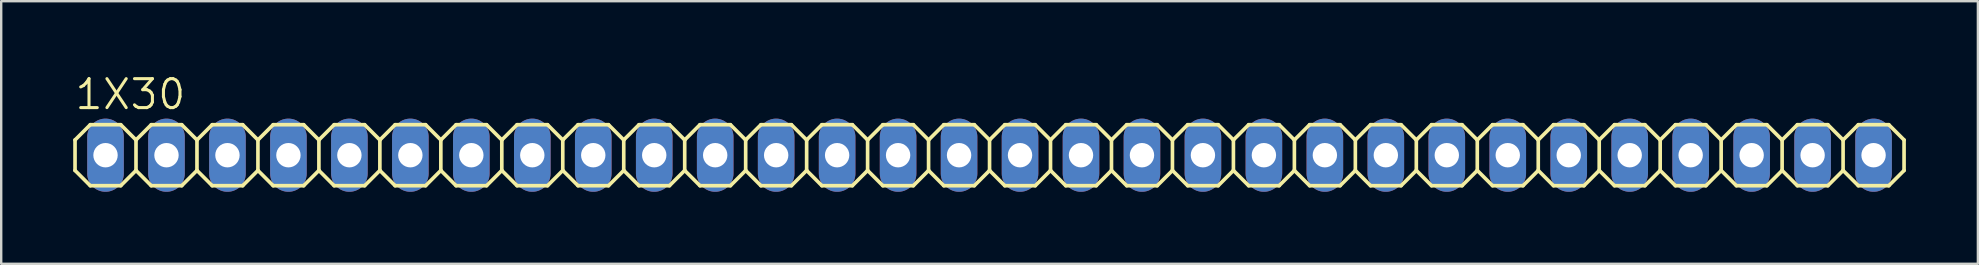
<source format=kicad_pcb>
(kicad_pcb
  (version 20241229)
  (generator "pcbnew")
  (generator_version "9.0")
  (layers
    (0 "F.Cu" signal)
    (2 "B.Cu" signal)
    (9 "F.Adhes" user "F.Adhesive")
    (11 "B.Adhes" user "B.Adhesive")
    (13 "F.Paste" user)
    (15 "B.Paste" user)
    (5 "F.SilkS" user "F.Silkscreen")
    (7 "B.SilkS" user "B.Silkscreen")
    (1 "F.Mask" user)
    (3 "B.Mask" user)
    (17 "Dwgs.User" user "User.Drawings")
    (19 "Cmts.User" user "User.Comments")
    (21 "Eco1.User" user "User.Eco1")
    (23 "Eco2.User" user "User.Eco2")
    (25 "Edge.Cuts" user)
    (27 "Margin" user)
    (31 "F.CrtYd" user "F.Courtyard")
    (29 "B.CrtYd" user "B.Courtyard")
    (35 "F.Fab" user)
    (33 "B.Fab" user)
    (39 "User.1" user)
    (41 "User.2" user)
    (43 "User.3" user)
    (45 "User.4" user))
  (footprint "1X30"
    (layer "F.Cu")
    (at 38.176 3.416)
    (property "Reference" "1X30" (at -38.176 -1.829 0) (layer "F.SilkS") (effects (font (size 1.206 1.206) (thickness 0.127)) (justify left bottom)))
    (attr through_hole)
    (fp_line (start -38.1 -0.635) (end -38.1 0.635) (stroke (width 0.152) (type solid)) (layer "F.SilkS"))
    (fp_line (start -38.1 0.635) (end -37.465 1.27) (stroke (width 0.152) (type solid)) (layer "F.SilkS"))
    (fp_line (start -37.465 -1.27) (end -38.1 -0.635) (stroke (width 0.152) (type solid)) (layer "F.SilkS"))
    (fp_line (start -37.465 -1.27) (end -36.195 -1.27) (stroke (width 0.152) (type solid)) (layer "F.SilkS"))
    (fp_line (start -36.195 -1.27) (end -35.56 -0.635) (stroke (width 0.152) (type solid)) (layer "F.SilkS"))
    (fp_line (start -36.195 1.27) (end -37.465 1.27) (stroke (width 0.152) (type solid)) (layer "F.SilkS"))
    (fp_line (start -35.56 -0.635) (end -35.56 0.635) (stroke (width 0.152) (type solid)) (layer "F.SilkS"))
    (fp_line (start -35.56 -0.635) (end -34.925 -1.27) (stroke (width 0.152) (type solid)) (layer "F.SilkS"))
    (fp_line (start -35.56 0.635) (end -36.195 1.27) (stroke (width 0.152) (type solid)) (layer "F.SilkS"))
    (fp_line (start -34.925 -1.27) (end -33.655 -1.27) (stroke (width 0.152) (type solid)) (layer "F.SilkS"))
    (fp_line (start -34.925 1.27) (end -35.56 0.635) (stroke (width 0.152) (type solid)) (layer "F.SilkS"))
    (fp_line (start -33.655 -1.27) (end -33.02 -0.635) (stroke (width 0.152) (type solid)) (layer "F.SilkS"))
    (fp_line (start -33.655 1.27) (end -34.925 1.27) (stroke (width 0.152) (type solid)) (layer "F.SilkS"))
    (fp_line (start -33.02 -0.635) (end -33.02 0.635) (stroke (width 0.152) (type solid)) (layer "F.SilkS"))
    (fp_line (start -33.02 -0.635) (end -32.385 -1.27) (stroke (width 0.152) (type solid)) (layer "F.SilkS"))
    (fp_line (start -33.02 0.635) (end -33.655 1.27) (stroke (width 0.152) (type solid)) (layer "F.SilkS"))
    (fp_line (start -32.385 -1.27) (end -31.115 -1.27) (stroke (width 0.152) (type solid)) (layer "F.SilkS"))
    (fp_line (start -32.385 1.27) (end -33.02 0.635) (stroke (width 0.152) (type solid)) (layer "F.SilkS"))
    (fp_line (start -31.115 -1.27) (end -30.48 -0.635) (stroke (width 0.152) (type solid)) (layer "F.SilkS"))
    (fp_line (start -31.115 1.27) (end -32.385 1.27) (stroke (width 0.152) (type solid)) (layer "F.SilkS"))
    (fp_line (start -30.48 -0.635) (end -30.48 0.635) (stroke (width 0.152) (type solid)) (layer "F.SilkS"))
    (fp_line (start -30.48 0.635) (end -31.115 1.27) (stroke (width 0.152) (type solid)) (layer "F.SilkS"))
    (fp_line (start -30.48 0.635) (end -29.845 1.27) (stroke (width 0.152) (type solid)) (layer "F.SilkS"))
    (fp_line (start -29.845 -1.27) (end -30.48 -0.635) (stroke (width 0.152) (type solid)) (layer "F.SilkS"))
    (fp_line (start -29.845 -1.27) (end -28.575 -1.27) (stroke (width 0.152) (type solid)) (layer "F.SilkS"))
    (fp_line (start -28.575 -1.27) (end -27.94 -0.635) (stroke (width 0.152) (type solid)) (layer "F.SilkS"))
    (fp_line (start -28.575 1.27) (end -29.845 1.27) (stroke (width 0.152) (type solid)) (layer "F.SilkS"))
    (fp_line (start -27.94 -0.635) (end -27.94 0.635) (stroke (width 0.152) (type solid)) (layer "F.SilkS"))
    (fp_line (start -27.94 -0.635) (end -27.305 -1.27) (stroke (width 0.152) (type solid)) (layer "F.SilkS"))
    (fp_line (start -27.94 0.635) (end -28.575 1.27) (stroke (width 0.152) (type solid)) (layer "F.SilkS"))
    (fp_line (start -27.305 -1.27) (end -26.035 -1.27) (stroke (width 0.152) (type solid)) (layer "F.SilkS"))
    (fp_line (start -27.305 1.27) (end -27.94 0.635) (stroke (width 0.152) (type solid)) (layer "F.SilkS"))
    (fp_line (start -26.035 -1.27) (end -25.4 -0.635) (stroke (width 0.152) (type solid)) (layer "F.SilkS"))
    (fp_line (start -26.035 1.27) (end -27.305 1.27) (stroke (width 0.152) (type solid)) (layer "F.SilkS"))
    (fp_line (start -25.4 -0.635) (end -25.4 0.635) (stroke (width 0.152) (type solid)) (layer "F.SilkS"))
    (fp_line (start -25.4 -0.635) (end -24.765 -1.27) (stroke (width 0.152) (type solid)) (layer "F.SilkS"))
    (fp_line (start -25.4 0.635) (end -26.035 1.27) (stroke (width 0.152) (type solid)) (layer "F.SilkS"))
    (fp_line (start -24.765 -1.27) (end -23.495 -1.27) (stroke (width 0.152) (type solid)) (layer "F.SilkS"))
    (fp_line (start -24.765 1.27) (end -25.4 0.635) (stroke (width 0.152) (type solid)) (layer "F.SilkS"))
    (fp_line (start -23.495 -1.27) (end -22.86 -0.635) (stroke (width 0.152) (type solid)) (layer "F.SilkS"))
    (fp_line (start -23.495 1.27) (end -24.765 1.27) (stroke (width 0.152) (type solid)) (layer "F.SilkS"))
    (fp_line (start -22.86 -0.635) (end -22.86 0.635) (stroke (width 0.152) (type solid)) (layer "F.SilkS"))
    (fp_line (start -22.86 0.635) (end -23.495 1.27) (stroke (width 0.152) (type solid)) (layer "F.SilkS"))
    (fp_line (start -22.86 0.635) (end -22.225 1.27) (stroke (width 0.152) (type solid)) (layer "F.SilkS"))
    (fp_line (start -22.225 -1.27) (end -22.86 -0.635) (stroke (width 0.152) (type solid)) (layer "F.SilkS"))
    (fp_line (start -22.225 -1.27) (end -20.955 -1.27) (stroke (width 0.152) (type solid)) (layer "F.SilkS"))
    (fp_line (start -20.955 -1.27) (end -20.32 -0.635) (stroke (width 0.152) (type solid)) (layer "F.SilkS"))
    (fp_line (start -20.955 1.27) (end -22.225 1.27) (stroke (width 0.152) (type solid)) (layer "F.SilkS"))
    (fp_line (start -20.32 -0.635) (end -20.32 0.635) (stroke (width 0.152) (type solid)) (layer "F.SilkS"))
    (fp_line (start -20.32 -0.635) (end -19.685 -1.27) (stroke (width 0.152) (type solid)) (layer "F.SilkS"))
    (fp_line (start -20.32 0.635) (end -20.955 1.27) (stroke (width 0.152) (type solid)) (layer "F.SilkS"))
    (fp_line (start -19.685 -1.27) (end -18.415 -1.27) (stroke (width 0.152) (type solid)) (layer "F.SilkS"))
    (fp_line (start -19.685 1.27) (end -20.32 0.635) (stroke (width 0.152) (type solid)) (layer "F.SilkS"))
    (fp_line (start -18.415 -1.27) (end -17.78 -0.635) (stroke (width 0.152) (type solid)) (layer "F.SilkS"))
    (fp_line (start -18.415 1.27) (end -19.685 1.27) (stroke (width 0.152) (type solid)) (layer "F.SilkS"))
    (fp_line (start -17.78 -0.635) (end -17.78 0.635) (stroke (width 0.152) (type solid)) (layer "F.SilkS"))
    (fp_line (start -17.78 -0.635) (end -17.145 -1.27) (stroke (width 0.152) (type solid)) (layer "F.SilkS"))
    (fp_line (start -17.78 0.635) (end -18.415 1.27) (stroke (width 0.152) (type solid)) (layer "F.SilkS"))
    (fp_line (start -17.145 -1.27) (end -15.875 -1.27) (stroke (width 0.152) (type solid)) (layer "F.SilkS"))
    (fp_line (start -17.145 1.27) (end -17.78 0.635) (stroke (width 0.152) (type solid)) (layer "F.SilkS"))
    (fp_line (start -15.875 -1.27) (end -15.24 -0.635) (stroke (width 0.152) (type solid)) (layer "F.SilkS"))
    (fp_line (start -15.875 1.27) (end -17.145 1.27) (stroke (width 0.152) (type solid)) (layer "F.SilkS"))
    (fp_line (start -15.24 -0.635) (end -15.24 0.635) (stroke (width 0.152) (type solid)) (layer "F.SilkS"))
    (fp_line (start -15.24 0.635) (end -15.875 1.27) (stroke (width 0.152) (type solid)) (layer "F.SilkS"))
    (fp_line (start -15.24 0.635) (end -14.605 1.27) (stroke (width 0.152) (type solid)) (layer "F.SilkS"))
    (fp_line (start -14.605 -1.27) (end -15.24 -0.635) (stroke (width 0.152) (type solid)) (layer "F.SilkS"))
    (fp_line (start -14.605 -1.27) (end -13.335 -1.27) (stroke (width 0.152) (type solid)) (layer "F.SilkS"))
    (fp_line (start -13.335 -1.27) (end -12.7 -0.635) (stroke (width 0.152) (type solid)) (layer "F.SilkS"))
    (fp_line (start -13.335 1.27) (end -14.605 1.27) (stroke (width 0.152) (type solid)) (layer "F.SilkS"))
    (fp_line (start -12.7 -0.635) (end -12.7 0.635) (stroke (width 0.152) (type solid)) (layer "F.SilkS"))
    (fp_line (start -12.7 -0.635) (end -12.065 -1.27) (stroke (width 0.152) (type solid)) (layer "F.SilkS"))
    (fp_line (start -12.7 0.635) (end -13.335 1.27) (stroke (width 0.152) (type solid)) (layer "F.SilkS"))
    (fp_line (start -12.065 -1.27) (end -10.795 -1.27) (stroke (width 0.152) (type solid)) (layer "F.SilkS"))
    (fp_line (start -12.065 1.27) (end -12.7 0.635) (stroke (width 0.152) (type solid)) (layer "F.SilkS"))
    (fp_line (start -10.795 -1.27) (end -10.16 -0.635) (stroke (width 0.152) (type solid)) (layer "F.SilkS"))
    (fp_line (start -10.795 1.27) (end -12.065 1.27) (stroke (width 0.152) (type solid)) (layer "F.SilkS"))
    (fp_line (start -10.16 -0.635) (end -10.16 0.635) (stroke (width 0.152) (type solid)) (layer "F.SilkS"))
    (fp_line (start -10.16 -0.635) (end -9.525 -1.27) (stroke (width 0.152) (type solid)) (layer "F.SilkS"))
    (fp_line (start -10.16 0.635) (end -10.795 1.27) (stroke (width 0.152) (type solid)) (layer "F.SilkS"))
    (fp_line (start -9.525 -1.27) (end -8.255 -1.27) (stroke (width 0.152) (type solid)) (layer "F.SilkS"))
    (fp_line (start -9.525 1.27) (end -10.16 0.635) (stroke (width 0.152) (type solid)) (layer "F.SilkS"))
    (fp_line (start -8.255 -1.27) (end -7.62 -0.635) (stroke (width 0.152) (type solid)) (layer "F.SilkS"))
    (fp_line (start -8.255 1.27) (end -9.525 1.27) (stroke (width 0.152) (type solid)) (layer "F.SilkS"))
    (fp_line (start -7.62 -0.635) (end -7.62 0.635) (stroke (width 0.152) (type solid)) (layer "F.SilkS"))
    (fp_line (start -7.62 0.635) (end -8.255 1.27) (stroke (width 0.152) (type solid)) (layer "F.SilkS"))
    (fp_line (start -7.62 0.635) (end -6.985 1.27) (stroke (width 0.152) (type solid)) (layer "F.SilkS"))
    (fp_line (start -6.985 -1.27) (end -7.62 -0.635) (stroke (width 0.152) (type solid)) (layer "F.SilkS"))
    (fp_line (start -6.985 -1.27) (end -5.715 -1.27) (stroke (width 0.152) (type solid)) (layer "F.SilkS"))
    (fp_line (start -5.715 -1.27) (end -5.08 -0.635) (stroke (width 0.152) (type solid)) (layer "F.SilkS"))
    (fp_line (start -5.715 1.27) (end -6.985 1.27) (stroke (width 0.152) (type solid)) (layer "F.SilkS"))
    (fp_line (start -5.08 -0.635) (end -5.08 0.635) (stroke (width 0.152) (type solid)) (layer "F.SilkS"))
    (fp_line (start -5.08 -0.635) (end -4.445 -1.27) (stroke (width 0.152) (type solid)) (layer "F.SilkS"))
    (fp_line (start -5.08 0.635) (end -5.715 1.27) (stroke (width 0.152) (type solid)) (layer "F.SilkS"))
    (fp_line (start -4.445 -1.27) (end -3.175 -1.27) (stroke (width 0.152) (type solid)) (layer "F.SilkS"))
    (fp_line (start -4.445 1.27) (end -5.08 0.635) (stroke (width 0.152) (type solid)) (layer "F.SilkS"))
    (fp_line (start -3.175 -1.27) (end -2.54 -0.635) (stroke (width 0.152) (type solid)) (layer "F.SilkS"))
    (fp_line (start -3.175 1.27) (end -4.445 1.27) (stroke (width 0.152) (type solid)) (layer "F.SilkS"))
    (fp_line (start -2.54 -0.635) (end -2.54 0.635) (stroke (width 0.152) (type solid)) (layer "F.SilkS"))
    (fp_line (start -2.54 -0.635) (end -1.905 -1.27) (stroke (width 0.152) (type solid)) (layer "F.SilkS"))
    (fp_line (start -2.54 0.635) (end -3.175 1.27) (stroke (width 0.152) (type solid)) (layer "F.SilkS"))
    (fp_line (start -1.905 -1.27) (end -0.635 -1.27) (stroke (width 0.152) (type solid)) (layer "F.SilkS"))
    (fp_line (start -1.905 1.27) (end -2.54 0.635) (stroke (width 0.152) (type solid)) (layer "F.SilkS"))
    (fp_line (start -0.635 -1.27) (end 0 -0.635) (stroke (width 0.152) (type solid)) (layer "F.SilkS"))
    (fp_line (start -0.635 1.27) (end -1.905 1.27) (stroke (width 0.152) (type solid)) (layer "F.SilkS"))
    (fp_line (start 0 -0.635) (end 0 0.635) (stroke (width 0.152) (type solid)) (layer "F.SilkS"))
    (fp_line (start 0 0.635) (end -0.635 1.27) (stroke (width 0.152) (type solid)) (layer "F.SilkS"))
    (fp_line (start 0 0.635) (end 0.635 1.27) (stroke (width 0.152) (type solid)) (layer "F.SilkS"))
    (fp_line (start 0.635 -1.27) (end 0 -0.635) (stroke (width 0.152) (type solid)) (layer "F.SilkS"))
    (fp_line (start 0.635 -1.27) (end 1.905 -1.27) (stroke (width 0.152) (type solid)) (layer "F.SilkS"))
    (fp_line (start 1.905 -1.27) (end 2.54 -0.635) (stroke (width 0.152) (type solid)) (layer "F.SilkS"))
    (fp_line (start 1.905 1.27) (end 0.635 1.27) (stroke (width 0.152) (type solid)) (layer "F.SilkS"))
    (fp_line (start 2.54 -0.635) (end 2.54 0.635) (stroke (width 0.152) (type solid)) (layer "F.SilkS"))
    (fp_line (start 2.54 -0.635) (end 3.175 -1.27) (stroke (width 0.152) (type solid)) (layer "F.SilkS"))
    (fp_line (start 2.54 0.635) (end 1.905 1.27) (stroke (width 0.152) (type solid)) (layer "F.SilkS"))
    (fp_line (start 3.175 -1.27) (end 4.445 -1.27) (stroke (width 0.152) (type solid)) (layer "F.SilkS"))
    (fp_line (start 3.175 1.27) (end 2.54 0.635) (stroke (width 0.152) (type solid)) (layer "F.SilkS"))
    (fp_line (start 4.445 -1.27) (end 5.08 -0.635) (stroke (width 0.152) (type solid)) (layer "F.SilkS"))
    (fp_line (start 4.445 1.27) (end 3.175 1.27) (stroke (width 0.152) (type solid)) (layer "F.SilkS"))
    (fp_line (start 5.08 -0.635) (end 5.08 0.635) (stroke (width 0.152) (type solid)) (layer "F.SilkS"))
    (fp_line (start 5.08 -0.635) (end 5.715 -1.27) (stroke (width 0.152) (type solid)) (layer "F.SilkS"))
    (fp_line (start 5.08 0.635) (end 4.445 1.27) (stroke (width 0.152) (type solid)) (layer "F.SilkS"))
    (fp_line (start 5.715 -1.27) (end 6.985 -1.27) (stroke (width 0.152) (type solid)) (layer "F.SilkS"))
    (fp_line (start 5.715 1.27) (end 5.08 0.635) (stroke (width 0.152) (type solid)) (layer "F.SilkS"))
    (fp_line (start 6.985 -1.27) (end 7.62 -0.635) (stroke (width 0.152) (type solid)) (layer "F.SilkS"))
    (fp_line (start 6.985 1.27) (end 5.715 1.27) (stroke (width 0.152) (type solid)) (layer "F.SilkS"))
    (fp_line (start 7.62 -0.635) (end 7.62 0.635) (stroke (width 0.152) (type solid)) (layer "F.SilkS"))
    (fp_line (start 7.62 0.635) (end 6.985 1.27) (stroke (width 0.152) (type solid)) (layer "F.SilkS"))
    (fp_line (start 7.62 0.635) (end 8.255 1.27) (stroke (width 0.152) (type solid)) (layer "F.SilkS"))
    (fp_line (start 8.255 -1.27) (end 7.62 -0.635) (stroke (width 0.152) (type solid)) (layer "F.SilkS"))
    (fp_line (start 8.255 -1.27) (end 9.525 -1.27) (stroke (width 0.152) (type solid)) (layer "F.SilkS"))
    (fp_line (start 9.525 -1.27) (end 10.16 -0.635) (stroke (width 0.152) (type solid)) (layer "F.SilkS"))
    (fp_line (start 9.525 1.27) (end 8.255 1.27) (stroke (width 0.152) (type solid)) (layer "F.SilkS"))
    (fp_line (start 10.16 -0.635) (end 10.16 0.635) (stroke (width 0.152) (type solid)) (layer "F.SilkS"))
    (fp_line (start 10.16 0.635) (end 9.525 1.27) (stroke (width 0.152) (type solid)) (layer "F.SilkS"))
    (fp_line (start 10.16 0.635) (end 10.795 1.27) (stroke (width 0.152) (type solid)) (layer "F.SilkS"))
    (fp_line (start 10.795 -1.27) (end 10.16 -0.635) (stroke (width 0.152) (type solid)) (layer "F.SilkS"))
    (fp_line (start 10.795 -1.27) (end 12.065 -1.27) (stroke (width 0.152) (type solid)) (layer "F.SilkS"))
    (fp_line (start 12.065 -1.27) (end 12.7 -0.635) (stroke (width 0.152) (type solid)) (layer "F.SilkS"))
    (fp_line (start 12.065 1.27) (end 10.795 1.27) (stroke (width 0.152) (type solid)) (layer "F.SilkS"))
    (fp_line (start 12.7 -0.635) (end 12.7 0.635) (stroke (width 0.152) (type solid)) (layer "F.SilkS"))
    (fp_line (start 12.7 0.635) (end 12.065 1.27) (stroke (width 0.152) (type solid)) (layer "F.SilkS"))
    (fp_line (start 12.7 0.635) (end 13.335 1.27) (stroke (width 0.152) (type solid)) (layer "F.SilkS"))
    (fp_line (start 13.335 -1.27) (end 12.7 -0.635) (stroke (width 0.152) (type solid)) (layer "F.SilkS"))
    (fp_line (start 13.335 -1.27) (end 14.605 -1.27) (stroke (width 0.152) (type solid)) (layer "F.SilkS"))
    (fp_line (start 14.605 -1.27) (end 15.24 -0.635) (stroke (width 0.152) (type solid)) (layer "F.SilkS"))
    (fp_line (start 14.605 1.27) (end 13.335 1.27) (stroke (width 0.152) (type solid)) (layer "F.SilkS"))
    (fp_line (start 15.24 -0.635) (end 15.24 0.635) (stroke (width 0.152) (type solid)) (layer "F.SilkS"))
    (fp_line (start 15.24 0.635) (end 14.605 1.27) (stroke (width 0.152) (type solid)) (layer "F.SilkS"))
    (fp_line (start 15.24 0.635) (end 15.875 1.27) (stroke (width 0.152) (type solid)) (layer "F.SilkS"))
    (fp_line (start 15.875 -1.27) (end 15.24 -0.635) (stroke (width 0.152) (type solid)) (layer "F.SilkS"))
    (fp_line (start 15.875 -1.27) (end 17.145 -1.27) (stroke (width 0.152) (type solid)) (layer "F.SilkS"))
    (fp_line (start 17.145 -1.27) (end 17.78 -0.635) (stroke (width 0.152) (type solid)) (layer "F.SilkS"))
    (fp_line (start 17.145 1.27) (end 15.875 1.27) (stroke (width 0.152) (type solid)) (layer "F.SilkS"))
    (fp_line (start 17.78 -0.635) (end 17.78 0.635) (stroke (width 0.152) (type solid)) (layer "F.SilkS"))
    (fp_line (start 17.78 0.635) (end 17.145 1.27) (stroke (width 0.152) (type solid)) (layer "F.SilkS"))
    (fp_line (start 17.78 0.635) (end 18.415 1.27) (stroke (width 0.152) (type solid)) (layer "F.SilkS"))
    (fp_line (start 18.415 -1.27) (end 17.78 -0.635) (stroke (width 0.152) (type solid)) (layer "F.SilkS"))
    (fp_line (start 18.415 -1.27) (end 19.685 -1.27) (stroke (width 0.152) (type solid)) (layer "F.SilkS"))
    (fp_line (start 19.685 -1.27) (end 20.32 -0.635) (stroke (width 0.152) (type solid)) (layer "F.SilkS"))
    (fp_line (start 19.685 1.27) (end 18.415 1.27) (stroke (width 0.152) (type solid)) (layer "F.SilkS"))
    (fp_line (start 20.32 -0.635) (end 20.32 0.635) (stroke (width 0.152) (type solid)) (layer "F.SilkS"))
    (fp_line (start 20.32 0.635) (end 19.685 1.27) (stroke (width 0.152) (type solid)) (layer "F.SilkS"))
    (fp_line (start 20.32 0.635) (end 20.955 1.27) (stroke (width 0.152) (type solid)) (layer "F.SilkS"))
    (fp_line (start 20.955 -1.27) (end 20.32 -0.635) (stroke (width 0.152) (type solid)) (layer "F.SilkS"))
    (fp_line (start 20.955 -1.27) (end 22.225 -1.27) (stroke (width 0.152) (type solid)) (layer "F.SilkS"))
    (fp_line (start 22.225 -1.27) (end 22.86 -0.635) (stroke (width 0.152) (type solid)) (layer "F.SilkS"))
    (fp_line (start 22.225 1.27) (end 20.955 1.27) (stroke (width 0.152) (type solid)) (layer "F.SilkS"))
    (fp_line (start 22.86 -0.635) (end 22.86 0.635) (stroke (width 0.152) (type solid)) (layer "F.SilkS"))
    (fp_line (start 22.86 0.635) (end 22.225 1.27) (stroke (width 0.152) (type solid)) (layer "F.SilkS"))
    (fp_line (start 22.86 0.635) (end 23.495 1.27) (stroke (width 0.152) (type solid)) (layer "F.SilkS"))
    (fp_line (start 23.495 -1.27) (end 22.86 -0.635) (stroke (width 0.152) (type solid)) (layer "F.SilkS"))
    (fp_line (start 23.495 -1.27) (end 24.765 -1.27) (stroke (width 0.152) (type solid)) (layer "F.SilkS"))
    (fp_line (start 24.765 -1.27) (end 25.4 -0.635) (stroke (width 0.152) (type solid)) (layer "F.SilkS"))
    (fp_line (start 24.765 1.27) (end 23.495 1.27) (stroke (width 0.152) (type solid)) (layer "F.SilkS"))
    (fp_line (start 25.4 -0.635) (end 25.4 0.635) (stroke (width 0.152) (type solid)) (layer "F.SilkS"))
    (fp_line (start 25.4 0.635) (end 24.765 1.27) (stroke (width 0.152) (type solid)) (layer "F.SilkS"))
    (fp_line (start 25.4 0.635) (end 26.035 1.27) (stroke (width 0.152) (type solid)) (layer "F.SilkS"))
    (fp_line (start 26.035 -1.27) (end 25.4 -0.635) (stroke (width 0.152) (type solid)) (layer "F.SilkS"))
    (fp_line (start 26.035 -1.27) (end 27.305 -1.27) (stroke (width 0.152) (type solid)) (layer "F.SilkS"))
    (fp_line (start 27.305 -1.27) (end 27.94 -0.635) (stroke (width 0.152) (type solid)) (layer "F.SilkS"))
    (fp_line (start 27.305 1.27) (end 26.035 1.27) (stroke (width 0.152) (type solid)) (layer "F.SilkS"))
    (fp_line (start 27.94 -0.635) (end 27.94 0.635) (stroke (width 0.152) (type solid)) (layer "F.SilkS"))
    (fp_line (start 27.94 0.635) (end 27.305 1.27) (stroke (width 0.152) (type solid)) (layer "F.SilkS"))
    (fp_line (start 27.94 0.635) (end 28.575 1.27) (stroke (width 0.152) (type solid)) (layer "F.SilkS"))
    (fp_line (start 28.575 -1.27) (end 27.94 -0.635) (stroke (width 0.152) (type solid)) (layer "F.SilkS"))
    (fp_line (start 28.575 -1.27) (end 29.845 -1.27) (stroke (width 0.152) (type solid)) (layer "F.SilkS"))
    (fp_line (start 29.845 -1.27) (end 30.48 -0.635) (stroke (width 0.152) (type solid)) (layer "F.SilkS"))
    (fp_line (start 29.845 1.27) (end 28.575 1.27) (stroke (width 0.152) (type solid)) (layer "F.SilkS"))
    (fp_line (start 30.48 -0.635) (end 30.48 0.635) (stroke (width 0.152) (type solid)) (layer "F.SilkS"))
    (fp_line (start 30.48 0.635) (end 29.845 1.27) (stroke (width 0.152) (type solid)) (layer "F.SilkS"))
    (fp_line (start 30.48 0.635) (end 31.115 1.27) (stroke (width 0.152) (type solid)) (layer "F.SilkS"))
    (fp_line (start 31.115 -1.27) (end 30.48 -0.635) (stroke (width 0.152) (type solid)) (layer "F.SilkS"))
    (fp_line (start 31.115 -1.27) (end 32.385 -1.27) (stroke (width 0.152) (type solid)) (layer "F.SilkS"))
    (fp_line (start 32.385 -1.27) (end 33.02 -0.635) (stroke (width 0.152) (type solid)) (layer "F.SilkS"))
    (fp_line (start 32.385 1.27) (end 31.115 1.27) (stroke (width 0.152) (type solid)) (layer "F.SilkS"))
    (fp_line (start 33.02 -0.635) (end 33.02 0.635) (stroke (width 0.152) (type solid)) (layer "F.SilkS"))
    (fp_line (start 33.02 0.635) (end 32.385 1.27) (stroke (width 0.152) (type solid)) (layer "F.SilkS"))
    (fp_line (start 33.02 0.635) (end 33.655 1.27) (stroke (width 0.152) (type solid)) (layer "F.SilkS"))
    (fp_line (start 33.655 -1.27) (end 33.02 -0.635) (stroke (width 0.152) (type solid)) (layer "F.SilkS"))
    (fp_line (start 33.655 -1.27) (end 34.925 -1.27) (stroke (width 0.152) (type solid)) (layer "F.SilkS"))
    (fp_line (start 34.925 -1.27) (end 35.56 -0.635) (stroke (width 0.152) (type solid)) (layer "F.SilkS"))
    (fp_line (start 34.925 1.27) (end 33.655 1.27) (stroke (width 0.152) (type solid)) (layer "F.SilkS"))
    (fp_line (start 35.56 -0.635) (end 35.56 0.635) (stroke (width 0.152) (type solid)) (layer "F.SilkS"))
    (fp_line (start 35.56 0.635) (end 34.925 1.27) (stroke (width 0.152) (type solid)) (layer "F.SilkS"))
    (fp_line (start 35.56 0.635) (end 36.195 1.27) (stroke (width 0.152) (type solid)) (layer "F.SilkS"))
    (fp_line (start 36.195 -1.27) (end 35.56 -0.635) (stroke (width 0.152) (type solid)) (layer "F.SilkS"))
    (fp_line (start 36.195 -1.27) (end 37.465 -1.27) (stroke (width 0.152) (type solid)) (layer "F.SilkS"))
    (fp_line (start 37.465 -1.27) (end 38.1 -0.635) (stroke (width 0.152) (type solid)) (layer "F.SilkS"))
    (fp_line (start 37.465 1.27) (end 36.195 1.27) (stroke (width 0.152) (type solid)) (layer "F.SilkS"))
    (fp_line (start 38.1 -0.635) (end 38.1 0.635) (stroke (width 0.152) (type solid)) (layer "F.SilkS"))
    (fp_line (start 38.1 0.635) (end 37.465 1.27) (stroke (width 0.152) (type solid)) (layer "F.SilkS"))
    (fp_poly (pts (xy -37.084 0.254) (xy -36.576 0.254) (xy -36.576 -0.254) (xy -37.084 -0.254)) (stroke (width 0.1) (type solid)) (fill no) (layer "F.Fab"))
    (fp_poly (pts (xy -34.544 0.254) (xy -34.036 0.254) (xy -34.036 -0.254) (xy -34.544 -0.254)) (stroke (width 0.1) (type solid)) (fill no) (layer "F.Fab"))
    (fp_poly (pts (xy -32.004 0.254) (xy -31.496 0.254) (xy -31.496 -0.254) (xy -32.004 -0.254)) (stroke (width 0.1) (type solid)) (fill no) (layer "F.Fab"))
    (fp_poly (pts (xy -29.464 0.254) (xy -28.956 0.254) (xy -28.956 -0.254) (xy -29.464 -0.254)) (stroke (width 0.1) (type solid)) (fill no) (layer "F.Fab"))
    (fp_poly (pts (xy -26.924 0.254) (xy -26.416 0.254) (xy -26.416 -0.254) (xy -26.924 -0.254)) (stroke (width 0.1) (type solid)) (fill no) (layer "F.Fab"))
    (fp_poly (pts (xy -24.384 0.254) (xy -23.876 0.254) (xy -23.876 -0.254) (xy -24.384 -0.254)) (stroke (width 0.1) (type solid)) (fill no) (layer "F.Fab"))
    (fp_poly (pts (xy -21.844 0.254) (xy -21.336 0.254) (xy -21.336 -0.254) (xy -21.844 -0.254)) (stroke (width 0.1) (type solid)) (fill no) (layer "F.Fab"))
    (fp_poly (pts (xy -19.304 0.254) (xy -18.796 0.254) (xy -18.796 -0.254) (xy -19.304 -0.254)) (stroke (width 0.1) (type solid)) (fill no) (layer "F.Fab"))
    (fp_poly (pts (xy -16.764 0.254) (xy -16.256 0.254) (xy -16.256 -0.254) (xy -16.764 -0.254)) (stroke (width 0.1) (type solid)) (fill no) (layer "F.Fab"))
    (fp_poly (pts (xy -14.224 0.254) (xy -13.716 0.254) (xy -13.716 -0.254) (xy -14.224 -0.254)) (stroke (width 0.1) (type solid)) (fill no) (layer "F.Fab"))
    (fp_poly (pts (xy -11.684 0.254) (xy -11.176 0.254) (xy -11.176 -0.254) (xy -11.684 -0.254)) (stroke (width 0.1) (type solid)) (fill no) (layer "F.Fab"))
    (fp_poly (pts (xy -9.144 0.254) (xy -8.636 0.254) (xy -8.636 -0.254) (xy -9.144 -0.254)) (stroke (width 0.1) (type solid)) (fill no) (layer "F.Fab"))
    (fp_poly (pts (xy -6.604 0.254) (xy -6.096 0.254) (xy -6.096 -0.254) (xy -6.604 -0.254)) (stroke (width 0.1) (type solid)) (fill no) (layer "F.Fab"))
    (fp_poly (pts (xy -4.064 0.254) (xy -3.556 0.254) (xy -3.556 -0.254) (xy -4.064 -0.254)) (stroke (width 0.1) (type solid)) (fill no) (layer "F.Fab"))
    (fp_poly (pts (xy -1.524 0.254) (xy -1.016 0.254) (xy -1.016 -0.254) (xy -1.524 -0.254)) (stroke (width 0.1) (type solid)) (fill no) (layer "F.Fab"))
    (fp_poly (pts (xy 1.016 0.254) (xy 1.524 0.254) (xy 1.524 -0.254) (xy 1.016 -0.254)) (stroke (width 0.1) (type solid)) (fill no) (layer "F.Fab"))
    (fp_poly (pts (xy 3.556 0.254) (xy 4.064 0.254) (xy 4.064 -0.254) (xy 3.556 -0.254)) (stroke (width 0.1) (type solid)) (fill no) (layer "F.Fab"))
    (fp_poly (pts (xy 6.096 0.254) (xy 6.604 0.254) (xy 6.604 -0.254) (xy 6.096 -0.254)) (stroke (width 0.1) (type solid)) (fill no) (layer "F.Fab"))
    (fp_poly (pts (xy 8.636 0.254) (xy 9.144 0.254) (xy 9.144 -0.254) (xy 8.636 -0.254)) (stroke (width 0.1) (type solid)) (fill no) (layer "F.Fab"))
    (fp_poly (pts (xy 11.176 0.254) (xy 11.684 0.254) (xy 11.684 -0.254) (xy 11.176 -0.254)) (stroke (width 0.1) (type solid)) (fill no) (layer "F.Fab"))
    (fp_poly (pts (xy 13.716 0.254) (xy 14.224 0.254) (xy 14.224 -0.254) (xy 13.716 -0.254)) (stroke (width 0.1) (type solid)) (fill no) (layer "F.Fab"))
    (fp_poly (pts (xy 16.256 0.254) (xy 16.764 0.254) (xy 16.764 -0.254) (xy 16.256 -0.254)) (stroke (width 0.1) (type solid)) (fill no) (layer "F.Fab"))
    (fp_poly (pts (xy 18.796 0.254) (xy 19.304 0.254) (xy 19.304 -0.254) (xy 18.796 -0.254)) (stroke (width 0.1) (type solid)) (fill no) (layer "F.Fab"))
    (fp_poly (pts (xy 21.336 0.254) (xy 21.844 0.254) (xy 21.844 -0.254) (xy 21.336 -0.254)) (stroke (width 0.1) (type solid)) (fill no) (layer "F.Fab"))
    (fp_poly (pts (xy 23.876 0.254) (xy 24.384 0.254) (xy 24.384 -0.254) (xy 23.876 -0.254)) (stroke (width 0.1) (type solid)) (fill no) (layer "F.Fab"))
    (fp_poly (pts (xy 26.416 0.254) (xy 26.924 0.254) (xy 26.924 -0.254) (xy 26.416 -0.254)) (stroke (width 0.1) (type solid)) (fill no) (layer "F.Fab"))
    (fp_poly (pts (xy 28.956 0.254) (xy 29.464 0.254) (xy 29.464 -0.254) (xy 28.956 -0.254)) (stroke (width 0.1) (type solid)) (fill no) (layer "F.Fab"))
    (fp_poly (pts (xy 31.496 0.254) (xy 32.004 0.254) (xy 32.004 -0.254) (xy 31.496 -0.254)) (stroke (width 0.1) (type solid)) (fill no) (layer "F.Fab"))
    (fp_poly (pts (xy 34.036 0.254) (xy 34.544 0.254) (xy 34.544 -0.254) (xy 34.036 -0.254)) (stroke (width 0.1) (type solid)) (fill no) (layer "F.Fab"))
    (fp_poly (pts (xy 36.576 0.254) (xy 37.084 0.254) (xy 37.084 -0.254) (xy 36.576 -0.254)) (stroke (width 0.1) (type solid)) (fill no) (layer "F.Fab"))
    (pad "1" thru_hole oval (at -36.83 0 90) (size 3.048 1.524) (drill 1.016) (layers "*.Cu" "*.Mask"))
    (pad "2" thru_hole oval (at -34.29 0 90) (size 3.048 1.524) (drill 1.016) (layers "*.Cu" "*.Mask"))
    (pad "3" thru_hole oval (at -31.75 0 90) (size 3.048 1.524) (drill 1.016) (layers "*.Cu" "*.Mask"))
    (pad "4" thru_hole oval (at -29.21 0 90) (size 3.048 1.524) (drill 1.016) (layers "*.Cu" "*.Mask"))
    (pad "5" thru_hole oval (at -26.67 0 90) (size 3.048 1.524) (drill 1.016) (layers "*.Cu" "*.Mask"))
    (pad "6" thru_hole oval (at -24.13 0 90) (size 3.048 1.524) (drill 1.016) (layers "*.Cu" "*.Mask"))
    (pad "7" thru_hole oval (at -21.59 0 90) (size 3.048 1.524) (drill 1.016) (layers "*.Cu" "*.Mask"))
    (pad "8" thru_hole oval (at -19.05 0 90) (size 3.048 1.524) (drill 1.016) (layers "*.Cu" "*.Mask"))
    (pad "9" thru_hole oval (at -16.51 0 90) (size 3.048 1.524) (drill 1.016) (layers "*.Cu" "*.Mask"))
    (pad "10" thru_hole oval (at -13.97 0 90) (size 3.048 1.524) (drill 1.016) (layers "*.Cu" "*.Mask"))
    (pad "11" thru_hole oval (at -11.43 0 90) (size 3.048 1.524) (drill 1.016) (layers "*.Cu" "*.Mask"))
    (pad "12" thru_hole oval (at -8.89 0 90) (size 3.048 1.524) (drill 1.016) (layers "*.Cu" "*.Mask"))
    (pad "13" thru_hole oval (at -6.35 0 90) (size 3.048 1.524) (drill 1.016) (layers "*.Cu" "*.Mask"))
    (pad "14" thru_hole oval (at -3.81 0 90) (size 3.048 1.524) (drill 1.016) (layers "*.Cu" "*.Mask"))
    (pad "15" thru_hole oval (at -1.27 0 90) (size 3.048 1.524) (drill 1.016) (layers "*.Cu" "*.Mask"))
    (pad "16" thru_hole oval (at 1.27 0 90) (size 3.048 1.524) (drill 1.016) (layers "*.Cu" "*.Mask"))
    (pad "17" thru_hole oval (at 3.81 0 90) (size 3.048 1.524) (drill 1.016) (layers "*.Cu" "*.Mask"))
    (pad "18" thru_hole oval (at 6.35 0 90) (size 3.048 1.524) (drill 1.016) (layers "*.Cu" "*.Mask"))
    (pad "19" thru_hole oval (at 8.89 0 90) (size 3.048 1.524) (drill 1.016) (layers "*.Cu" "*.Mask"))
    (pad "20" thru_hole oval (at 11.43 0 90) (size 3.048 1.524) (drill 1.016) (layers "*.Cu" "*.Mask"))
    (pad "21" thru_hole oval (at 13.97 0 90) (size 3.048 1.524) (drill 1.016) (layers "*.Cu" "*.Mask"))
    (pad "22" thru_hole oval (at 16.51 0 90) (size 3.048 1.524) (drill 1.016) (layers "*.Cu" "*.Mask"))
    (pad "23" thru_hole oval (at 19.05 0 90) (size 3.048 1.524) (drill 1.016) (layers "*.Cu" "*.Mask"))
    (pad "24" thru_hole oval (at 21.59 0 90) (size 3.048 1.524) (drill 1.016) (layers "*.Cu" "*.Mask"))
    (pad "25" thru_hole oval (at 24.13 0 90) (size 3.048 1.524) (drill 1.016) (layers "*.Cu" "*.Mask"))
    (pad "26" thru_hole oval (at 26.67 0 90) (size 3.048 1.524) (drill 1.016) (layers "*.Cu" "*.Mask"))
    (pad "27" thru_hole oval (at 29.21 0 90) (size 3.048 1.524) (drill 1.016) (layers "*.Cu" "*.Mask"))
    (pad "28" thru_hole oval (at 31.75 0 90) (size 3.048 1.524) (drill 1.016) (layers "*.Cu" "*.Mask"))
    (pad "29" thru_hole oval (at 34.29 0 90) (size 3.048 1.524) (drill 1.016) (layers "*.Cu" "*.Mask"))
    (pad "30" thru_hole oval (at 36.83 0 90) (size 3.048 1.524) (drill 1.016) (layers "*.Cu" "*.Mask")))
  (gr_rect
    (start -3 -3)
    (end 79.352 7.94)
    (stroke (width 0.1) (type default))
    (fill no)
    (layer "Edge.Cuts")))
</source>
